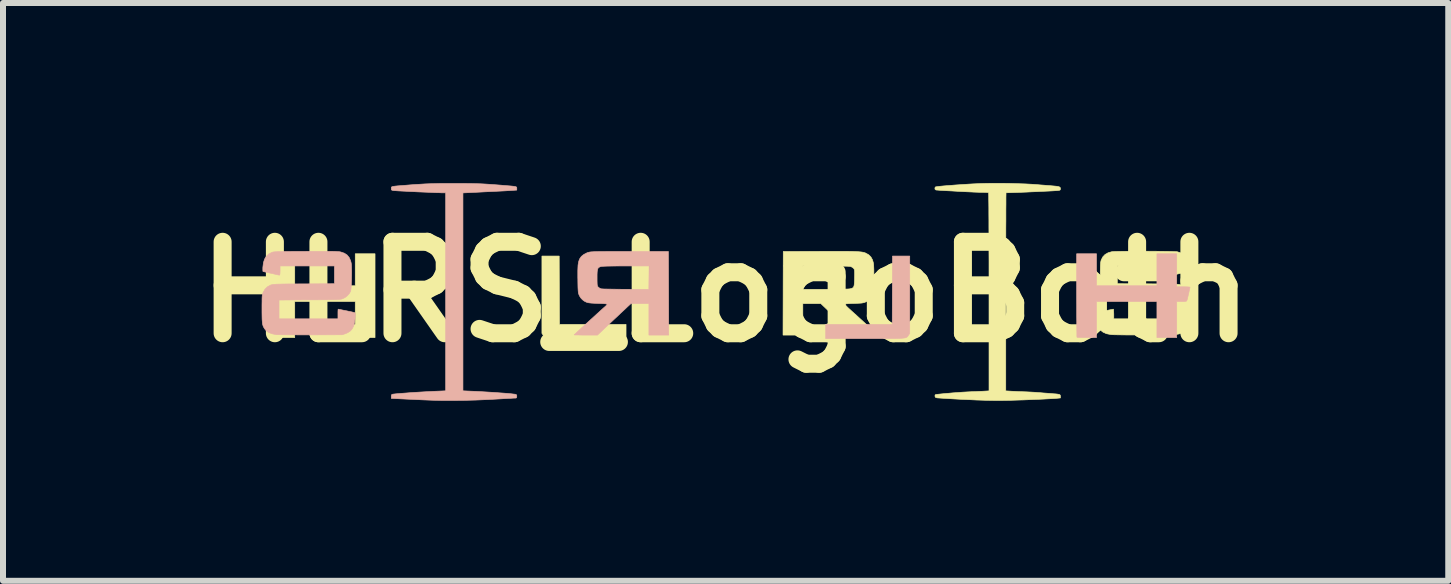
<source format=kicad_pcb>
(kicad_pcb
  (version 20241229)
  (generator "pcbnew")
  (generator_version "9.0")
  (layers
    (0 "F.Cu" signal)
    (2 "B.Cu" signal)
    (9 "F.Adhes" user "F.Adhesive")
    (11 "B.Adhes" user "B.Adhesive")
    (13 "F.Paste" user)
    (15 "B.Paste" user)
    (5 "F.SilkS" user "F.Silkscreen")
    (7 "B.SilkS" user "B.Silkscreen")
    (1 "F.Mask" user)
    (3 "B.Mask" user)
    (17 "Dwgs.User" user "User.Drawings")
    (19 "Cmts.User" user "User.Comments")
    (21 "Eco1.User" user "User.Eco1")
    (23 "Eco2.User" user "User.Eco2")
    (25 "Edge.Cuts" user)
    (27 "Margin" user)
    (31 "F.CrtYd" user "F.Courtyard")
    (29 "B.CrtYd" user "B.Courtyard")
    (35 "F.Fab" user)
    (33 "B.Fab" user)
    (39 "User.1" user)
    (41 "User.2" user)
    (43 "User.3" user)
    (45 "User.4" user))
  (footprint "HLRS_LogoBoth"
    (layer "F.Cu")
    (at 9.042 1.814)
    (property "Reference" "HLRS_LogoBoth" (at 0 0 0) (layer "F.SilkS") (effects (font (size 1.524 1.524) (thickness 0.3))))
    (attr through_hole)
    (fp_poly (pts (xy -2.771 -0.028) (xy -2.768 0.542) (xy -1.659 0.542) (xy -1.659 0.779) (xy -2.314 0.779) (xy -2.436 0.779) (xy -2.543 0.779) (xy -2.636 0.778) (xy -2.715 0.778) (xy -2.781 0.777) (xy -2.836 0.777) (xy -2.88 0.776) (xy -2.916 0.775) (xy -2.943 0.773) (xy -2.963 0.772) (xy -2.978 0.77) (xy -2.988 0.768) (xy -2.993 0.766) (xy -3.014 0.751) (xy -3.035 0.728) (xy -3.04 0.722) (xy -3.061 0.691) (xy -3.061 -0.597) (xy -2.773 -0.597) (xy -2.771 -0.028)) (stroke (width 0.01) (type solid)) (fill yes) (layer "F.SilkS"))
    (fp_poly (pts (xy -7.18 -0.102) (xy -6.172 -0.102) (xy -6.172 -0.635) (xy -5.842 -0.635) (xy -5.842 0.762) (xy -6.172 0.762) (xy -6.172 0.161) (xy -7.18 0.161) (xy -7.18 0.762) (xy -7.51 0.762) (xy -7.51 0.161) (xy -7.589 0.161) (xy -7.635 0.16) (xy -7.664 0.156) (xy -7.677 0.15) (xy -7.681 0.139) (xy -7.688 0.116) (xy -7.696 0.083) (xy -7.705 0.046) (xy -7.714 0.008) (xy -7.721 -0.028) (xy -7.727 -0.057) (xy -7.73 -0.075) (xy -7.73 -0.078) (xy -7.722 -0.081) (xy -7.7 -0.083) (xy -7.668 -0.084) (xy -7.628 -0.085) (xy -7.62 -0.085) (xy -7.51 -0.085) (xy -7.51 -0.635) (xy -7.18 -0.635) (xy -7.18 -0.102)) (stroke (width 0.01) (type solid)) (fill yes) (layer "F.SilkS"))
    (fp_poly (pts (xy 1.898 -0.676) (xy 1.982 -0.676) (xy 2.053 -0.675) (xy 2.113 -0.674) (xy 2.164 -0.672) (xy 2.206 -0.67) (xy 2.24 -0.667) (xy 2.268 -0.664) (xy 2.291 -0.66) (xy 2.31 -0.655) (xy 2.326 -0.65) (xy 2.333 -0.647) (xy 2.384 -0.619) (xy 2.422 -0.581) (xy 2.449 -0.532) (xy 2.464 -0.478) (xy 2.467 -0.452) (xy 2.469 -0.413) (xy 2.471 -0.364) (xy 2.471 -0.308) (xy 2.471 -0.248) (xy 2.47 -0.186) (xy 2.469 -0.126) (xy 2.466 -0.071) (xy 2.464 -0.023) (xy 2.46 0.015) (xy 2.457 0.04) (xy 2.455 0.045) (xy 2.431 0.09) (xy 2.395 0.13) (xy 2.35 0.161) (xy 2.33 0.17) (xy 2.31 0.178) (xy 2.288 0.183) (xy 2.263 0.187) (xy 2.23 0.189) (xy 2.187 0.191) (xy 2.138 0.193) (xy 2.09 0.194) (xy 2.048 0.196) (xy 2.015 0.199) (xy 1.993 0.201) (xy 1.987 0.203) (xy 1.99 0.211) (xy 2.004 0.227) (xy 2.027 0.251) (xy 2.056 0.279) (xy 2.068 0.289) (xy 2.097 0.316) (xy 2.137 0.352) (xy 2.184 0.394) (xy 2.235 0.441) (xy 2.289 0.49) (xy 2.342 0.538) (xy 2.346 0.541) (xy 2.393 0.584) (xy 2.437 0.624) (xy 2.474 0.658) (xy 2.505 0.686) (xy 2.527 0.705) (xy 2.538 0.716) (xy 2.539 0.717) (xy 2.532 0.718) (xy 2.511 0.718) (xy 2.476 0.719) (xy 2.432 0.719) (xy 2.38 0.72) (xy 2.343 0.72) (xy 2.144 0.72) (xy 1.912 0.502) (xy 1.858 0.451) (xy 1.805 0.402) (xy 1.756 0.356) (xy 1.713 0.315) (xy 1.677 0.281) (xy 1.65 0.255) (xy 1.634 0.24) (xy 1.587 0.195) (xy 1.287 0.195) (xy 1.287 0.72) (xy 0.957 0.72) (xy 0.959 0.023) (xy 0.959 -0.042) (xy 1.287 -0.042) (xy 1.659 -0.042) (xy 1.755 -0.043) (xy 1.841 -0.043) (xy 1.916 -0.044) (xy 1.977 -0.046) (xy 2.025 -0.047) (xy 2.058 -0.049) (xy 2.073 -0.051) (xy 2.098 -0.057) (xy 2.117 -0.065) (xy 2.13 -0.077) (xy 2.139 -0.095) (xy 2.144 -0.122) (xy 2.147 -0.16) (xy 2.149 -0.212) (xy 2.149 -0.233) (xy 2.15 -0.284) (xy 2.15 -0.321) (xy 2.149 -0.347) (xy 2.147 -0.365) (xy 2.143 -0.377) (xy 2.138 -0.386) (xy 2.132 -0.393) (xy 2.109 -0.411) (xy 2.081 -0.423) (xy 2.079 -0.424) (xy 2.063 -0.425) (xy 2.033 -0.427) (xy 1.989 -0.428) (xy 1.934 -0.429) (xy 1.87 -0.43) (xy 1.799 -0.431) (xy 1.722 -0.431) (xy 1.666 -0.432) (xy 1.287 -0.432) (xy 1.287 -0.042) (xy 0.959 -0.042) (xy 0.961 -0.673) (xy 1.562 -0.675) (xy 1.689 -0.676) (xy 1.801 -0.676) (xy 1.898 -0.676)) (stroke (width 0.01) (type solid)) (fill yes) (layer "F.SilkS"))
    (fp_poly (pts (xy 7.07 -0.677) (xy 7.154 -0.677) (xy 7.234 -0.676) (xy 7.308 -0.675) (xy 7.375 -0.674) (xy 7.432 -0.673) (xy 7.478 -0.671) (xy 7.511 -0.67) (xy 7.529 -0.668) (xy 7.59 -0.648) (xy 7.64 -0.617) (xy 7.677 -0.575) (xy 7.703 -0.521) (xy 7.718 -0.455) (xy 7.722 -0.39) (xy 7.722 -0.341) (xy 7.639 -0.322) (xy 7.595 -0.312) (xy 7.548 -0.301) (xy 7.507 -0.291) (xy 7.495 -0.288) (xy 7.434 -0.273) (xy 7.434 -0.432) (xy 6.528 -0.432) (xy 6.528 -0.136) (xy 7.038 -0.134) (xy 7.144 -0.133) (xy 7.234 -0.133) (xy 7.31 -0.132) (xy 7.373 -0.132) (xy 7.424 -0.131) (xy 7.466 -0.13) (xy 7.499 -0.129) (xy 7.525 -0.127) (xy 7.544 -0.125) (xy 7.559 -0.123) (xy 7.571 -0.121) (xy 7.582 -0.117) (xy 7.592 -0.114) (xy 7.595 -0.112) (xy 7.626 -0.097) (xy 7.655 -0.077) (xy 7.668 -0.066) (xy 7.688 -0.043) (xy 7.704 -0.019) (xy 7.716 0.009) (xy 7.725 0.041) (xy 7.732 0.081) (xy 7.736 0.13) (xy 7.738 0.191) (xy 7.738 0.265) (xy 7.737 0.322) (xy 7.736 0.387) (xy 7.735 0.437) (xy 7.734 0.475) (xy 7.732 0.503) (xy 7.73 0.525) (xy 7.726 0.542) (xy 7.721 0.556) (xy 7.715 0.571) (xy 7.711 0.578) (xy 7.685 0.623) (xy 7.653 0.658) (xy 7.613 0.683) (xy 7.561 0.7) (xy 7.506 0.711) (xy 7.485 0.712) (xy 7.45 0.714) (xy 7.401 0.715) (xy 7.341 0.716) (xy 7.272 0.717) (xy 7.196 0.718) (xy 7.114 0.718) (xy 7.029 0.718) (xy 6.942 0.719) (xy 6.856 0.718) (xy 6.772 0.718) (xy 6.693 0.718) (xy 6.62 0.717) (xy 6.554 0.716) (xy 6.499 0.715) (xy 6.456 0.714) (xy 6.427 0.712) (xy 6.418 0.711) (xy 6.347 0.697) (xy 6.291 0.672) (xy 6.246 0.637) (xy 6.214 0.592) (xy 6.212 0.588) (xy 6.198 0.551) (xy 6.188 0.502) (xy 6.183 0.449) (xy 6.182 0.403) (xy 6.185 0.344) (xy 6.32 0.316) (xy 6.366 0.307) (xy 6.406 0.299) (xy 6.438 0.293) (xy 6.457 0.289) (xy 6.462 0.288) (xy 6.465 0.296) (xy 6.467 0.317) (xy 6.468 0.347) (xy 6.469 0.368) (xy 6.469 0.449) (xy 7.451 0.449) (xy 7.451 0.136) (xy 6.945 0.133) (xy 6.833 0.133) (xy 6.737 0.132) (xy 6.655 0.131) (xy 6.585 0.13) (xy 6.528 0.129) (xy 6.481 0.126) (xy 6.443 0.123) (xy 6.412 0.12) (xy 6.388 0.114) (xy 6.368 0.108) (xy 6.353 0.1) (xy 6.339 0.091) (xy 6.327 0.08) (xy 6.314 0.067) (xy 6.307 0.06) (xy 6.289 0.041) (xy 6.275 0.022) (xy 6.265 0.002) (xy 6.257 -0.023) (xy 6.251 -0.053) (xy 6.247 -0.092) (xy 6.245 -0.142) (xy 6.244 -0.204) (xy 6.244 -0.275) (xy 6.244 -0.343) (xy 6.245 -0.396) (xy 6.246 -0.436) (xy 6.248 -0.468) (xy 6.25 -0.491) (xy 6.254 -0.51) (xy 6.258 -0.527) (xy 6.26 -0.532) (xy 6.286 -0.583) (xy 6.324 -0.623) (xy 6.375 -0.652) (xy 6.435 -0.669) (xy 6.454 -0.671) (xy 6.488 -0.673) (xy 6.534 -0.674) (xy 6.592 -0.675) (xy 6.66 -0.676) (xy 6.734 -0.677) (xy 6.814 -0.677) (xy 6.898 -0.677) (xy 6.984 -0.678) (xy 7.07 -0.677)) (stroke (width 0.01) (type solid)) (fill yes) (layer "F.SilkS"))
    (fp_poly (pts (xy 4.612 -1.809) (xy 4.743 -1.807) (xy 4.873 -1.803) (xy 4.996 -1.799) (xy 5.11 -1.793) (xy 5.203 -1.786) (xy 5.248 -1.782) (xy 5.304 -1.778) (xy 5.362 -1.773) (xy 5.417 -1.769) (xy 5.418 -1.769) (xy 5.474 -1.764) (xy 5.516 -1.76) (xy 5.545 -1.755) (xy 5.563 -1.749) (xy 5.574 -1.741) (xy 5.579 -1.731) (xy 5.58 -1.719) (xy 5.578 -1.703) (xy 5.57 -1.695) (xy 5.552 -1.691) (xy 5.544 -1.69) (xy 5.525 -1.688) (xy 5.492 -1.686) (xy 5.445 -1.683) (xy 5.389 -1.68) (xy 5.323 -1.677) (xy 5.251 -1.674) (xy 5.175 -1.67) (xy 5.097 -1.667) (xy 5.019 -1.663) (xy 4.942 -1.66) (xy 4.87 -1.657) (xy 4.803 -1.655) (xy 4.745 -1.653) (xy 4.697 -1.652) (xy 4.674 -1.651) (xy 4.673 -1.643) (xy 4.673 -1.618) (xy 4.672 -1.579) (xy 4.672 -1.524) (xy 4.672 -1.456) (xy 4.671 -1.375) (xy 4.671 -1.283) (xy 4.671 -1.178) (xy 4.67 -1.064) (xy 4.67 -0.94) (xy 4.67 -0.807) (xy 4.67 -0.666) (xy 4.67 -0.517) (xy 4.669 -0.363) (xy 4.669 -0.203) (xy 4.669 -0.038) (xy 4.669 -0.001) (xy 4.669 1.65) (xy 4.737 1.654) (xy 4.769 1.656) (xy 4.813 1.658) (xy 4.865 1.661) (xy 4.92 1.663) (xy 4.953 1.664) (xy 5.01 1.666) (xy 5.07 1.669) (xy 5.127 1.672) (xy 5.175 1.675) (xy 5.194 1.677) (xy 5.24 1.68) (xy 5.296 1.685) (xy 5.355 1.689) (xy 5.406 1.693) (xy 5.464 1.698) (xy 5.508 1.701) (xy 5.539 1.705) (xy 5.559 1.709) (xy 5.571 1.715) (xy 5.577 1.722) (xy 5.579 1.731) (xy 5.58 1.74) (xy 5.58 1.768) (xy 5.527 1.773) (xy 5.493 1.776) (xy 5.445 1.779) (xy 5.383 1.782) (xy 5.311 1.786) (xy 5.23 1.79) (xy 5.143 1.793) (xy 5.051 1.797) (xy 4.956 1.801) (xy 4.881 1.803) (xy 4.759 1.807) (xy 4.648 1.809) (xy 4.544 1.81) (xy 4.439 1.809) (xy 4.33 1.807) (xy 4.211 1.803) (xy 4.195 1.803) (xy 4.138 1.8) (xy 4.073 1.797) (xy 4.004 1.794) (xy 3.931 1.791) (xy 3.858 1.787) (xy 3.786 1.783) (xy 3.719 1.779) (xy 3.657 1.775) (xy 3.604 1.772) (xy 3.561 1.769) (xy 3.531 1.767) (xy 3.518 1.765) (xy 3.499 1.759) (xy 3.491 1.746) (xy 3.49 1.737) (xy 3.49 1.722) (xy 3.495 1.714) (xy 3.51 1.71) (xy 3.533 1.707) (xy 3.581 1.702) (xy 3.642 1.696) (xy 3.712 1.69) (xy 3.789 1.683) (xy 3.867 1.678) (xy 3.943 1.672) (xy 4.013 1.668) (xy 4.074 1.665) (xy 4.111 1.663) (xy 4.164 1.662) (xy 4.218 1.659) (xy 4.267 1.657) (xy 4.307 1.655) (xy 4.322 1.654) (xy 4.39 1.65) (xy 4.39 0.002) (xy 4.39 -0.177) (xy 4.39 -0.349) (xy 4.39 -0.513) (xy 4.389 -0.669) (xy 4.389 -0.816) (xy 4.389 -0.954) (xy 4.388 -1.081) (xy 4.388 -1.198) (xy 4.387 -1.302) (xy 4.387 -1.395) (xy 4.386 -1.474) (xy 4.385 -1.54) (xy 4.385 -1.591) (xy 4.384 -1.627) (xy 4.383 -1.648) (xy 4.382 -1.652) (xy 4.371 -1.655) (xy 4.347 -1.657) (xy 4.314 -1.658) (xy 4.285 -1.659) (xy 4.235 -1.659) (xy 4.179 -1.661) (xy 4.127 -1.663) (xy 4.111 -1.664) (xy 3.979 -1.67) (xy 3.865 -1.676) (xy 3.766 -1.682) (xy 3.684 -1.686) (xy 3.618 -1.69) (xy 3.567 -1.693) (xy 3.532 -1.696) (xy 3.512 -1.697) (xy 3.507 -1.698) (xy 3.492 -1.707) (xy 3.488 -1.723) (xy 3.491 -1.74) (xy 3.496 -1.748) (xy 3.509 -1.751) (xy 3.536 -1.755) (xy 3.577 -1.76) (xy 3.628 -1.765) (xy 3.689 -1.77) (xy 3.757 -1.775) (xy 3.83 -1.781) (xy 3.906 -1.786) (xy 3.983 -1.791) (xy 4.059 -1.796) (xy 4.133 -1.8) (xy 4.202 -1.803) (xy 4.244 -1.805) (xy 4.358 -1.808) (xy 4.482 -1.809) (xy 4.612 -1.809)) (stroke (width 0.01) (type solid)) (fill yes) (layer "F.SilkS"))
    (fp_poly (pts (xy 3.069 0.691) (xy 3.048 0.722) (xy 3.041 0.733) (xy 3.035 0.741) (xy 3.029 0.749) (xy 3.02 0.756) (xy 3.009 0.761) (xy 2.994 0.766) (xy 2.974 0.769) (xy 2.947 0.772) (xy 2.914 0.775) (xy 2.872 0.776) (xy 2.82 0.778) (xy 2.757 0.778) (xy 2.683 0.779) (xy 2.595 0.779) (xy 2.493 0.779) (xy 2.376 0.779) (xy 2.321 0.779) (xy 1.668 0.779) (xy 1.668 0.542) (xy 2.777 0.542) (xy 2.779 -0.028) (xy 2.781 -0.597) (xy 3.069 -0.597) (xy 3.069 0.691)) (stroke (width 0.01) (type solid)) (fill yes) (layer "B.SilkS"))
    (fp_poly (pts (xy 6.181 -0.102) (xy 7.188 -0.102) (xy 7.188 -0.635) (xy 7.518 -0.635) (xy 7.518 -0.085) (xy 7.628 -0.085) (xy 7.669 -0.084) (xy 7.703 -0.083) (xy 7.727 -0.081) (xy 7.738 -0.079) (xy 7.739 -0.078) (xy 7.737 -0.065) (xy 7.732 -0.04) (xy 7.724 -0.006) (xy 7.716 0.032) (xy 7.707 0.069) (xy 7.699 0.103) (xy 7.692 0.129) (xy 7.688 0.142) (xy 7.683 0.151) (xy 7.675 0.156) (xy 7.66 0.159) (xy 7.636 0.161) (xy 7.599 0.161) (xy 7.518 0.161) (xy 7.518 0.762) (xy 7.188 0.762) (xy 7.188 0.161) (xy 6.181 0.161) (xy 6.181 0.762) (xy 6.021 0.762) (xy 5.971 0.762) (xy 5.926 0.761) (xy 5.891 0.76) (xy 5.866 0.758) (xy 5.856 0.756) (xy 5.856 0.756) (xy 5.855 0.747) (xy 5.854 0.722) (xy 5.854 0.683) (xy 5.853 0.631) (xy 5.852 0.567) (xy 5.852 0.492) (xy 5.851 0.408) (xy 5.851 0.315) (xy 5.851 0.216) (xy 5.85 0.112) (xy 5.85 0.058) (xy 5.85 -0.635) (xy 6.181 -0.635) (xy 6.181 -0.102)) (stroke (width 0.01) (type solid)) (fill yes) (layer "B.SilkS"))
    (fp_poly (pts (xy -4.408 -1.807) (xy -4.314 -1.806) (xy -4.229 -1.805) (xy -4.151 -1.803) (xy -4.078 -1.801) (xy -4.004 -1.797) (xy -3.928 -1.792) (xy -3.846 -1.786) (xy -3.754 -1.779) (xy -3.687 -1.773) (xy -3.623 -1.768) (xy -3.573 -1.764) (xy -3.537 -1.76) (xy -3.511 -1.756) (xy -3.495 -1.752) (xy -3.485 -1.747) (xy -3.481 -1.741) (xy -3.48 -1.734) (xy -3.48 -1.724) (xy -3.48 -1.696) (xy -3.554 -1.691) (xy -3.586 -1.689) (xy -3.635 -1.686) (xy -3.701 -1.682) (xy -3.783 -1.678) (xy -3.881 -1.673) (xy -3.995 -1.668) (xy -4.125 -1.661) (xy -4.271 -1.654) (xy -4.274 -1.654) (xy -4.377 -1.649) (xy -4.377 1.649) (xy -4.244 1.655) (xy -4.168 1.658) (xy -4.088 1.662) (xy -4.006 1.667) (xy -3.923 1.672) (xy -3.841 1.677) (xy -3.764 1.683) (xy -3.692 1.688) (xy -3.628 1.693) (xy -3.575 1.698) (xy -3.533 1.703) (xy -3.506 1.706) (xy -3.503 1.707) (xy -3.487 1.713) (xy -3.481 1.725) (xy -3.48 1.741) (xy -3.482 1.76) (xy -3.489 1.768) (xy -3.499 1.77) (xy -3.512 1.77) (xy -3.54 1.771) (xy -3.58 1.774) (xy -3.629 1.776) (xy -3.685 1.779) (xy -3.73 1.782) (xy -3.95 1.794) (xy -4.157 1.803) (xy -4.352 1.808) (xy -4.537 1.81) (xy -4.715 1.81) (xy -4.888 1.806) (xy -4.966 1.803) (xy -5.019 1.801) (xy -5.084 1.798) (xy -5.157 1.795) (xy -5.233 1.791) (xy -5.307 1.788) (xy -5.345 1.786) (xy -5.571 1.775) (xy -5.571 1.743) (xy -5.569 1.721) (xy -5.562 1.71) (xy -5.552 1.706) (xy -5.531 1.703) (xy -5.495 1.699) (xy -5.446 1.695) (xy -5.386 1.69) (xy -5.317 1.685) (xy -5.242 1.679) (xy -5.161 1.674) (xy -5.077 1.669) (xy -4.993 1.664) (xy -4.909 1.66) (xy -4.828 1.656) (xy -4.798 1.655) (xy -4.665 1.649) (xy -4.665 -1.651) (xy -4.71 -1.651) (xy -4.741 -1.651) (xy -4.784 -1.653) (xy -4.839 -1.654) (xy -4.902 -1.657) (xy -4.971 -1.66) (xy -5.045 -1.663) (xy -5.121 -1.666) (xy -5.197 -1.67) (xy -5.27 -1.673) (xy -5.339 -1.677) (xy -5.402 -1.68) (xy -5.456 -1.683) (xy -5.499 -1.686) (xy -5.53 -1.688) (xy -5.544 -1.69) (xy -5.562 -1.695) (xy -5.57 -1.705) (xy -5.571 -1.723) (xy -5.571 -1.734) (xy -5.57 -1.743) (xy -5.565 -1.749) (xy -5.554 -1.754) (xy -5.537 -1.758) (xy -5.509 -1.762) (xy -5.47 -1.766) (xy -5.418 -1.77) (xy -5.376 -1.773) (xy -5.269 -1.782) (xy -5.175 -1.789) (xy -5.09 -1.794) (xy -5.01 -1.799) (xy -4.933 -1.802) (xy -4.854 -1.804) (xy -4.77 -1.806) (xy -4.678 -1.807) (xy -4.575 -1.807) (xy -4.517 -1.807) (xy -4.408 -1.807)) (stroke (width 0.01) (type solid)) (fill yes) (layer "B.SilkS"))
    (fp_poly (pts (xy -0.95 0.023) (xy -0.948 0.72) (xy -1.278 0.72) (xy -1.278 0.195) (xy -1.577 0.195) (xy -1.626 0.24) (xy -1.643 0.256) (xy -1.671 0.283) (xy -1.708 0.317) (xy -1.752 0.358) (xy -1.801 0.405) (xy -1.854 0.454) (xy -1.905 0.502) (xy -2.135 0.72) (xy -2.329 0.72) (xy -2.384 0.72) (xy -2.433 0.719) (xy -2.474 0.718) (xy -2.504 0.718) (xy -2.52 0.717) (xy -2.523 0.716) (xy -2.517 0.71) (xy -2.5 0.694) (xy -2.475 0.669) (xy -2.442 0.639) (xy -2.404 0.604) (xy -2.39 0.591) (xy -2.35 0.555) (xy -2.314 0.522) (xy -2.283 0.494) (xy -2.261 0.474) (xy -2.249 0.463) (xy -2.247 0.461) (xy -2.219 0.436) (xy -2.184 0.404) (xy -2.145 0.368) (xy -2.106 0.333) (xy -2.07 0.3) (xy -2.04 0.273) (xy -2.023 0.258) (xy -1.999 0.237) (xy -1.982 0.218) (xy -1.974 0.207) (xy -1.973 0.206) (xy -1.979 0.202) (xy -1.998 0.199) (xy -2.031 0.196) (xy -2.079 0.194) (xy -2.123 0.193) (xy -2.189 0.19) (xy -2.241 0.187) (xy -2.282 0.182) (xy -2.314 0.174) (xy -2.341 0.162) (xy -2.365 0.147) (xy -2.385 0.131) (xy -2.41 0.105) (xy -2.432 0.072) (xy -2.439 0.058) (xy -2.445 0.043) (xy -2.45 0.029) (xy -2.454 0.013) (xy -2.456 -0.007) (xy -2.458 -0.034) (xy -2.46 -0.071) (xy -2.461 -0.118) (xy -2.462 -0.179) (xy -2.462 -0.209) (xy -2.463 -0.236) (xy -2.142 -0.236) (xy -2.142 -0.186) (xy -2.141 -0.149) (xy -2.14 -0.124) (xy -2.137 -0.106) (xy -2.133 -0.094) (xy -2.127 -0.085) (xy -2.123 -0.08) (xy -2.101 -0.063) (xy -2.074 -0.051) (xy -2.074 -0.051) (xy -2.06 -0.05) (xy -2.03 -0.048) (xy -1.988 -0.047) (xy -1.933 -0.046) (xy -1.87 -0.045) (xy -1.799 -0.044) (xy -1.722 -0.043) (xy -1.662 -0.043) (xy -1.279 -0.042) (xy -1.277 -0.237) (xy -1.274 -0.432) (xy -1.659 -0.432) (xy -1.756 -0.432) (xy -1.842 -0.431) (xy -1.916 -0.43) (xy -1.978 -0.429) (xy -2.025 -0.427) (xy -2.058 -0.425) (xy -2.076 -0.423) (xy -2.076 -0.423) (xy -2.099 -0.415) (xy -2.116 -0.405) (xy -2.128 -0.39) (xy -2.135 -0.367) (xy -2.14 -0.334) (xy -2.142 -0.289) (xy -2.142 -0.236) (xy -2.463 -0.236) (xy -2.463 -0.288) (xy -2.463 -0.352) (xy -2.461 -0.403) (xy -2.459 -0.445) (xy -2.454 -0.478) (xy -2.448 -0.506) (xy -2.44 -0.53) (xy -2.43 -0.554) (xy -2.429 -0.555) (xy -2.403 -0.592) (xy -2.362 -0.624) (xy -2.312 -0.65) (xy -2.29 -0.658) (xy -2.28 -0.66) (xy -2.268 -0.663) (xy -2.255 -0.665) (xy -2.237 -0.667) (xy -2.215 -0.668) (xy -2.187 -0.67) (xy -2.151 -0.671) (xy -2.107 -0.672) (xy -2.054 -0.672) (xy -1.989 -0.673) (xy -1.913 -0.673) (xy -1.823 -0.673) (xy -1.719 -0.673) (xy -1.599 -0.673) (xy -0.953 -0.673) (xy -0.95 0.023)) (stroke (width 0.01) (type solid)) (fill yes) (layer "B.SilkS"))
    (fp_poly (pts (xy -6.643 -0.676) (xy -6.587 -0.676) (xy -6.541 -0.675) (xy -6.504 -0.674) (xy -6.475 -0.672) (xy -6.452 -0.671) (xy -6.433 -0.669) (xy -6.419 -0.666) (xy -6.413 -0.665) (xy -6.354 -0.645) (xy -6.308 -0.615) (xy -6.273 -0.573) (xy -6.249 -0.519) (xy -6.24 -0.484) (xy -6.236 -0.459) (xy -6.234 -0.421) (xy -6.233 -0.373) (xy -6.232 -0.318) (xy -6.233 -0.26) (xy -6.234 -0.201) (xy -6.236 -0.145) (xy -6.239 -0.095) (xy -6.242 -0.053) (xy -6.246 -0.024) (xy -6.249 -0.013) (xy -6.27 0.027) (xy -6.304 0.065) (xy -6.344 0.096) (xy -6.384 0.115) (xy -6.395 0.119) (xy -6.407 0.121) (xy -6.423 0.124) (xy -6.442 0.126) (xy -6.468 0.127) (xy -6.501 0.129) (xy -6.542 0.13) (xy -6.593 0.131) (xy -6.655 0.132) (xy -6.73 0.132) (xy -6.819 0.133) (xy -6.923 0.133) (xy -6.936 0.133) (xy -7.442 0.136) (xy -7.442 0.449) (xy -6.46 0.449) (xy -6.46 0.368) (xy -6.46 0.334) (xy -6.459 0.307) (xy -6.457 0.291) (xy -6.456 0.288) (xy -6.446 0.29) (xy -6.423 0.294) (xy -6.391 0.301) (xy -6.352 0.309) (xy -6.31 0.317) (xy -6.27 0.326) (xy -6.234 0.333) (xy -6.205 0.34) (xy -6.188 0.344) (xy -6.186 0.344) (xy -6.179 0.348) (xy -6.174 0.355) (xy -6.172 0.37) (xy -6.173 0.394) (xy -6.174 0.433) (xy -6.174 0.435) (xy -6.182 0.509) (xy -6.198 0.569) (xy -6.222 0.616) (xy -6.256 0.654) (xy -6.3 0.682) (xy -6.333 0.696) (xy -6.388 0.715) (xy -6.917 0.717) (xy -7.012 0.717) (xy -7.102 0.717) (xy -7.188 0.716) (xy -7.266 0.716) (xy -7.335 0.715) (xy -7.394 0.715) (xy -7.441 0.714) (xy -7.474 0.713) (xy -7.492 0.712) (xy -7.493 0.712) (xy -7.56 0.698) (xy -7.614 0.677) (xy -7.655 0.648) (xy -7.683 0.614) (xy -7.695 0.594) (xy -7.705 0.575) (xy -7.712 0.554) (xy -7.718 0.529) (xy -7.721 0.498) (xy -7.724 0.458) (xy -7.725 0.408) (xy -7.726 0.345) (xy -7.726 0.284) (xy -7.726 0.215) (xy -7.725 0.161) (xy -7.725 0.12) (xy -7.724 0.088) (xy -7.722 0.064) (xy -7.719 0.046) (xy -7.715 0.03) (xy -7.71 0.016) (xy -7.706 0.007) (xy -7.677 -0.044) (xy -7.635 -0.085) (xy -7.582 -0.114) (xy -7.574 -0.116) (xy -7.563 -0.119) (xy -7.551 -0.122) (xy -7.534 -0.124) (xy -7.513 -0.126) (xy -7.485 -0.128) (xy -7.449 -0.129) (xy -7.405 -0.13) (xy -7.349 -0.131) (xy -7.282 -0.132) (xy -7.202 -0.132) (xy -7.107 -0.133) (xy -7.025 -0.133) (xy -6.519 -0.136) (xy -6.519 -0.432) (xy -7.425 -0.432) (xy -7.425 -0.356) (xy -7.426 -0.317) (xy -7.428 -0.293) (xy -7.432 -0.281) (xy -7.436 -0.279) (xy -7.448 -0.281) (xy -7.473 -0.286) (xy -7.508 -0.294) (xy -7.55 -0.304) (xy -7.574 -0.309) (xy -7.618 -0.319) (xy -7.657 -0.328) (xy -7.686 -0.334) (xy -7.704 -0.338) (xy -7.708 -0.339) (xy -7.711 -0.346) (xy -7.712 -0.367) (xy -7.712 -0.398) (xy -7.711 -0.413) (xy -7.702 -0.486) (xy -7.683 -0.546) (xy -7.654 -0.593) (xy -7.615 -0.63) (xy -7.564 -0.657) (xy -7.562 -0.658) (xy -7.553 -0.661) (xy -7.542 -0.664) (xy -7.528 -0.666) (xy -7.509 -0.668) (xy -7.485 -0.669) (xy -7.454 -0.671) (xy -7.414 -0.672) (xy -7.364 -0.673) (xy -7.304 -0.673) (xy -7.231 -0.674) (xy -7.144 -0.675) (xy -7.042 -0.675) (xy -6.996 -0.675) (xy -6.886 -0.676) (xy -6.791 -0.676) (xy -6.711 -0.676) (xy -6.643 -0.676)) (stroke (width 0.01) (type solid)) (fill yes) (layer "B.SilkS")))
  (gr_rect
    (start -3 -3)
    (end 21.085 6.629)
    (stroke (width 0.1) (type default))
    (fill no)
    (layer "Edge.Cuts")))
</source>
